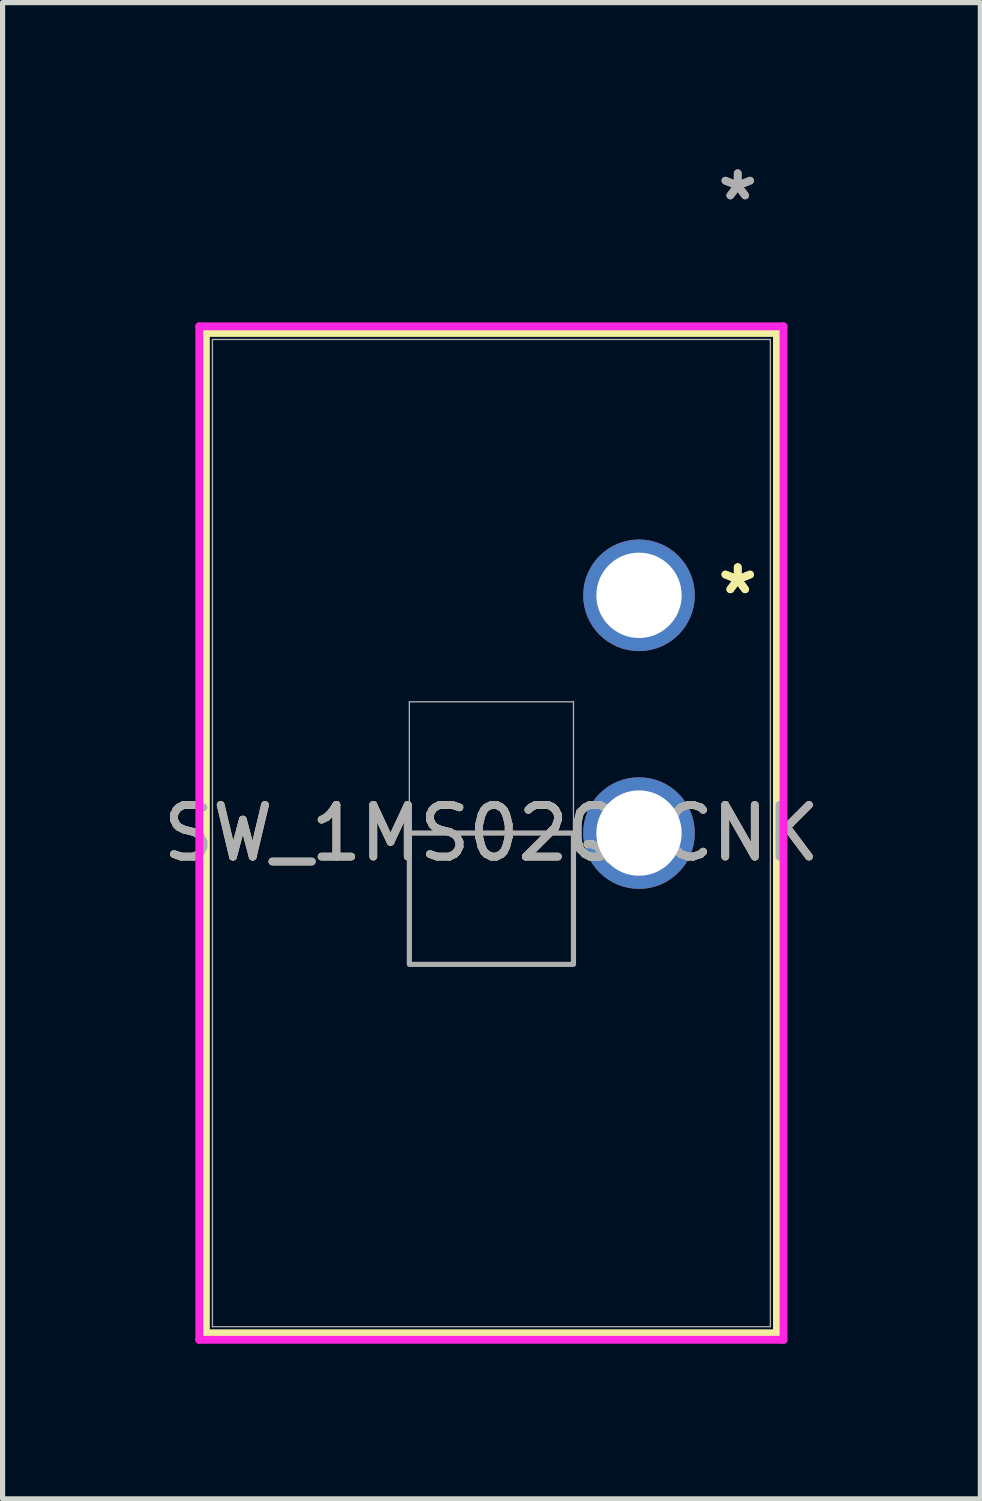
<source format=kicad_pcb>
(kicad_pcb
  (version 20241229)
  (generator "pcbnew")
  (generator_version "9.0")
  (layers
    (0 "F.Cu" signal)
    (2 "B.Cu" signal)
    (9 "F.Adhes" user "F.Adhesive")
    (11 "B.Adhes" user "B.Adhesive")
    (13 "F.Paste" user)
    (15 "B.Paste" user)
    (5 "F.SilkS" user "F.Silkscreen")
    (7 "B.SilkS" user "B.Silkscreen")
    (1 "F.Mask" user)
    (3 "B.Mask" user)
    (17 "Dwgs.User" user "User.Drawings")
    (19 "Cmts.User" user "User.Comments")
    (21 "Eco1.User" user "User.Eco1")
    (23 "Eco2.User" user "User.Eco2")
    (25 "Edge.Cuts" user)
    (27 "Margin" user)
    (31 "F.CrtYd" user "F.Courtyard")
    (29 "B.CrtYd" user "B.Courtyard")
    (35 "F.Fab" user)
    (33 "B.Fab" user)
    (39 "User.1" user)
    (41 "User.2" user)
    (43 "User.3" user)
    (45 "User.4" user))
  (footprint "SW_1MS02Q_CNK"
    (layer "F.Cu")
    (at 9.313 8.468)
    (property "Reference" "SW_1MS02Q_CNK" (at -2.855 4.6 0) (unlocked yes) (layer "F.SilkS") (effects (font (size 1 1) (thickness 0.15))))
    (attr through_hole)
    (fp_line (start -8.38 -5.077) (end -8.38 14.277) (stroke (width 0.152) (type solid)) (layer "F.SilkS"))
    (fp_line (start -8.38 14.277) (end 2.669 14.277) (stroke (width 0.152) (type solid)) (layer "F.SilkS"))
    (fp_line (start 2.669 -5.077) (end -8.38 -5.077) (stroke (width 0.152) (type solid)) (layer "F.SilkS"))
    (fp_line (start 2.669 14.277) (end 2.669 -5.077) (stroke (width 0.152) (type solid)) (layer "F.SilkS"))
    (fp_line (start -8.507 -5.204) (end -8.507 14.404) (stroke (width 0.152) (type solid)) (layer "F.CrtYd"))
    (fp_line (start -8.507 14.404) (end 2.796 14.404) (stroke (width 0.152) (type solid)) (layer "F.CrtYd"))
    (fp_line (start 2.796 -5.204) (end -8.507 -5.204) (stroke (width 0.152) (type solid)) (layer "F.CrtYd"))
    (fp_line (start 2.796 14.404) (end 2.796 -5.204) (stroke (width 0.152) (type solid)) (layer "F.CrtYd"))
    (fp_line (start -8.253 -4.95) (end -8.253 14.15) (stroke (width 0.025) (type solid)) (layer "F.Fab"))
    (fp_line (start -8.253 14.15) (end 2.542 14.15) (stroke (width 0.025) (type solid)) (layer "F.Fab"))
    (fp_line (start -4.443 2.06) (end -1.268 2.06) (stroke (width 0.025) (type solid)) (layer "F.Fab"))
    (fp_line (start -4.443 7.14) (end -4.443 2.06) (stroke (width 0.025) (type solid)) (layer "F.Fab"))
    (fp_line (start -1.268 2.06) (end -1.268 7.14) (stroke (width 0.025) (type solid)) (layer "F.Fab"))
    (fp_line (start -1.268 7.14) (end -4.443 7.14) (stroke (width 0.025) (type solid)) (layer "F.Fab"))
    (fp_line (start 2.542 -4.95) (end -8.253 -4.95) (stroke (width 0.025) (type solid)) (layer "F.Fab"))
    (fp_line (start 2.542 14.15) (end 2.542 -4.95) (stroke (width 0.025) (type solid)) (layer "F.Fab"))
    (fp_poly (pts (xy -4.443 7.14) (xy -4.443 4.6) (xy -1.268 4.6) (xy -1.268 7.14)) (stroke (width 0.1) (type solid)) (fill no) (layer "F.Fab"))
    (fp_text user "*" (at 1.91 0 0) (unlocked yes) (layer "F.SilkS") (effects (font (size 1 1) (thickness 0.15))))
    (fp_text user "*" (at 1.91 0 0) (layer "F.SilkS") (effects (font (size 1 1) (thickness 0.15))))
    (fp_text user "*" (at 1.91 -7.62 0) (unlocked yes) (layer "F.Fab") (effects (font (size 1 1) (thickness 0.15))))
    (fp_text user "*" (at 1.91 -7.62 0) (layer "F.Fab") (effects (font (size 1 1) (thickness 0.15))))
    (fp_text user "${REFERENCE}" (at -2.855 4.6 0) (unlocked yes) (layer "F.Fab") (effects (font (size 1 1) (thickness 0.15))))
    (pad "1" thru_hole circle (at 0 4.6) (size 2.159 2.159) (drill 1.651) (layers "*.Cu" "*.Mask"))
    (pad "2" thru_hole circle (at 0 0) (size 2.159 2.159) (drill 1.651) (layers "*.Cu" "*.Mask")))
  (gr_rect
    (start -3 -3)
    (end 15.917 25.949)
    (stroke (width 0.1) (type default))
    (fill no)
    (layer "Edge.Cuts")))
</source>
